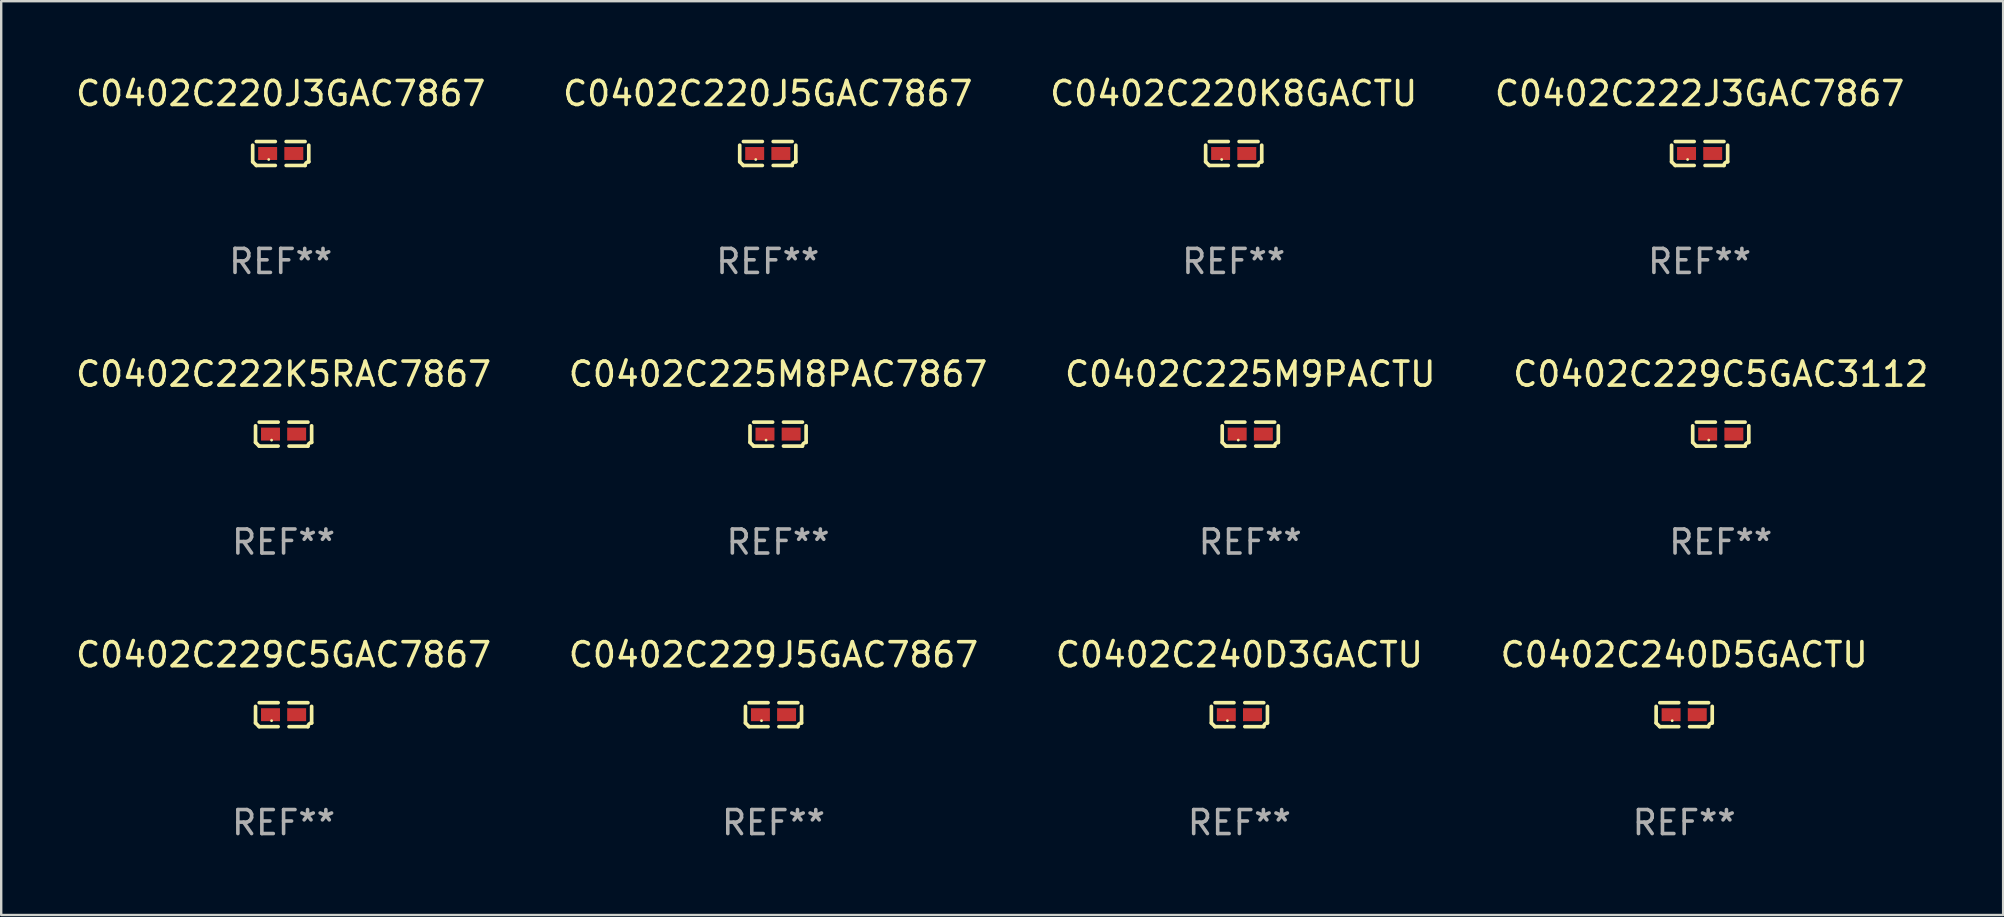
<source format=kicad_pcb>
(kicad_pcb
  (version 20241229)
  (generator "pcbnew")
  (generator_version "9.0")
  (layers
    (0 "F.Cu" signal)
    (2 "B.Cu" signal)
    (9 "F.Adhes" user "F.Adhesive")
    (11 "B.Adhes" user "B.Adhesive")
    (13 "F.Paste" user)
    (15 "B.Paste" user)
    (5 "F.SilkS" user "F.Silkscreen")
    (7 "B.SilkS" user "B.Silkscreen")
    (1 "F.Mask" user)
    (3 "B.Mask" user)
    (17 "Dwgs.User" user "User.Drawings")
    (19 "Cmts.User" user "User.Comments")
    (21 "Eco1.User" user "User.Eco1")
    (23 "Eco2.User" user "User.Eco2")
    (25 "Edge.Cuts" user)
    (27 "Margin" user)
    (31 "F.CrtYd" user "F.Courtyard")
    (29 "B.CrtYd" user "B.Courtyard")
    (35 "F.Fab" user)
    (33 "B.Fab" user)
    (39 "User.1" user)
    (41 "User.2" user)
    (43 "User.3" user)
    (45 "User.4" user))
  (footprint "C0402C222K5RAC7867"
    (layer "F.Cu")
    (at 8.768 15.041)
    (property "Reference" "C0402C222K5RAC7867" (at 0 -2.499 0) (layer "F.SilkS") (effects (font (size 1 1) (thickness 0.15))))
    (attr through_hole)
    (fp_line (start -1.169 0.346) (end -1.169 -0.346) (stroke (width 0.152) (type solid)) (layer "F.SilkS"))
    (fp_line (start -1.016 -0.499) (end -0.226 -0.499) (stroke (width 0.152) (type solid)) (layer "F.SilkS"))
    (fp_line (start -0.226 0.499) (end -1.016 0.499) (stroke (width 0.152) (type solid)) (layer "F.SilkS"))
    (fp_line (start 0.226 0.499) (end 1.016 0.499) (stroke (width 0.152) (type solid)) (layer "F.SilkS"))
    (fp_line (start 1.016 -0.499) (end 0.226 -0.499) (stroke (width 0.152) (type solid)) (layer "F.SilkS"))
    (fp_line (start 1.169 0.346) (end 1.169 -0.346) (stroke (width 0.152) (type solid)) (layer "F.SilkS"))
    (fp_arc (start -1.016307 0.498603) (mid -1.092512 0.422405) (end -1.16871 0.3462) (stroke (width 0.1524) (type solid)) (layer "F.SilkS"))
    (fp_arc (start 1.016307 0.498603) (mid 1.060899 0.390758) (end 1.168707 0.346076) (stroke (width 0.1524) (type solid)) (layer "F.SilkS"))
    (fp_circle (center -0.5 0.25) (end -0.47 0.25) (stroke (width 0.06) (type solid)) (fill no) (layer "F.SilkS"))
    (fp_text user "REF**" (at 0 4.499 0) (layer "F.Fab") (effects (font (size 1 1) (thickness 0.15))))
    (pad "1" smd rect (at -0.545 0) (size 0.79 0.54) (layers "F.Cu" "F.Mask" "F.Paste"))
    (pad "2" smd rect (at 0.545 0) (size 0.79 0.54) (layers "F.Cu" "F.Mask" "F.Paste")))
  (footprint "C0402C220J3GAC7867"
    (layer "F.Cu")
    (at 8.649 3.347)
    (property "Reference" "C0402C220J3GAC7867" (at 0 -2.499 0) (layer "F.SilkS") (effects (font (size 1 1) (thickness 0.15))))
    (attr through_hole)
    (fp_line (start -1.169 0.346) (end -1.169 -0.346) (stroke (width 0.152) (type solid)) (layer "F.SilkS"))
    (fp_line (start -1.016 -0.499) (end -0.226 -0.499) (stroke (width 0.152) (type solid)) (layer "F.SilkS"))
    (fp_line (start -0.226 0.499) (end -1.016 0.499) (stroke (width 0.152) (type solid)) (layer "F.SilkS"))
    (fp_line (start 0.226 0.499) (end 1.016 0.499) (stroke (width 0.152) (type solid)) (layer "F.SilkS"))
    (fp_line (start 1.016 -0.499) (end 0.226 -0.499) (stroke (width 0.152) (type solid)) (layer "F.SilkS"))
    (fp_line (start 1.169 0.346) (end 1.169 -0.346) (stroke (width 0.152) (type solid)) (layer "F.SilkS"))
    (fp_arc (start -1.016307 0.498603) (mid -1.092512 0.422405) (end -1.16871 0.3462) (stroke (width 0.1524) (type solid)) (layer "F.SilkS"))
    (fp_arc (start 1.016307 0.498603) (mid 1.060899 0.390758) (end 1.168707 0.346076) (stroke (width 0.1524) (type solid)) (layer "F.SilkS"))
    (fp_circle (center -0.5 0.25) (end -0.47 0.25) (stroke (width 0.06) (type solid)) (fill no) (layer "F.SilkS"))
    (fp_text user "REF**" (at 0 4.499 0) (layer "F.Fab") (effects (font (size 1 1) (thickness 0.15))))
    (pad "1" smd rect (at -0.545 0) (size 0.79 0.54) (layers "F.Cu" "F.Mask" "F.Paste"))
    (pad "2" smd rect (at 0.545 0) (size 0.79 0.54) (layers "F.Cu" "F.Mask" "F.Paste")))
  (footprint "C0402C222J3GAC7867"
    (layer "F.Cu")
    (at 67.78 3.347)
    (property "Reference" "C0402C222J3GAC7867" (at 0 -2.499 0) (layer "F.SilkS") (effects (font (size 1 1) (thickness 0.15))))
    (attr through_hole)
    (fp_line (start -1.169 0.346) (end -1.169 -0.346) (stroke (width 0.152) (type solid)) (layer "F.SilkS"))
    (fp_line (start -1.016 -0.499) (end -0.226 -0.499) (stroke (width 0.152) (type solid)) (layer "F.SilkS"))
    (fp_line (start -0.226 0.499) (end -1.016 0.499) (stroke (width 0.152) (type solid)) (layer "F.SilkS"))
    (fp_line (start 0.226 0.499) (end 1.016 0.499) (stroke (width 0.152) (type solid)) (layer "F.SilkS"))
    (fp_line (start 1.016 -0.499) (end 0.226 -0.499) (stroke (width 0.152) (type solid)) (layer "F.SilkS"))
    (fp_line (start 1.169 0.346) (end 1.169 -0.346) (stroke (width 0.152) (type solid)) (layer "F.SilkS"))
    (fp_arc (start -1.016307 0.498603) (mid -1.092512 0.422405) (end -1.16871 0.3462) (stroke (width 0.1524) (type solid)) (layer "F.SilkS"))
    (fp_arc (start 1.016307 0.498603) (mid 1.060899 0.390758) (end 1.168707 0.346076) (stroke (width 0.1524) (type solid)) (layer "F.SilkS"))
    (fp_circle (center -0.5 0.25) (end -0.47 0.25) (stroke (width 0.06) (type solid)) (fill no) (layer "F.SilkS"))
    (fp_text user "REF**" (at 0 4.499 0) (layer "F.Fab") (effects (font (size 1 1) (thickness 0.15))))
    (pad "1" smd rect (at -0.545 0) (size 0.79 0.54) (layers "F.Cu" "F.Mask" "F.Paste"))
    (pad "2" smd rect (at 0.545 0) (size 0.79 0.54) (layers "F.Cu" "F.Mask" "F.Paste")))
  (footprint "C0402C225M9PACTU"
    (layer "F.Cu")
    (at 49.054 15.041)
    (property "Reference" "C0402C225M9PACTU" (at 0 -2.499 0) (layer "F.SilkS") (effects (font (size 1 1) (thickness 0.15))))
    (attr through_hole)
    (fp_line (start -1.169 0.346) (end -1.169 -0.346) (stroke (width 0.152) (type solid)) (layer "F.SilkS"))
    (fp_line (start -1.016 -0.499) (end -0.226 -0.499) (stroke (width 0.152) (type solid)) (layer "F.SilkS"))
    (fp_line (start -0.226 0.499) (end -1.016 0.499) (stroke (width 0.152) (type solid)) (layer "F.SilkS"))
    (fp_line (start 0.226 0.499) (end 1.016 0.499) (stroke (width 0.152) (type solid)) (layer "F.SilkS"))
    (fp_line (start 1.016 -0.499) (end 0.226 -0.499) (stroke (width 0.152) (type solid)) (layer "F.SilkS"))
    (fp_line (start 1.169 0.346) (end 1.169 -0.346) (stroke (width 0.152) (type solid)) (layer "F.SilkS"))
    (fp_arc (start -1.016307 0.498603) (mid -1.092512 0.422405) (end -1.16871 0.3462) (stroke (width 0.1524) (type solid)) (layer "F.SilkS"))
    (fp_arc (start 1.016307 0.498603) (mid 1.060899 0.390758) (end 1.168707 0.346076) (stroke (width 0.1524) (type solid)) (layer "F.SilkS"))
    (fp_circle (center -0.5 0.25) (end -0.47 0.25) (stroke (width 0.06) (type solid)) (fill no) (layer "F.SilkS"))
    (fp_text user "REF**" (at 0 4.499 0) (layer "F.Fab") (effects (font (size 1 1) (thickness 0.15))))
    (pad "1" smd rect (at -0.545 0) (size 0.79 0.54) (layers "F.Cu" "F.Mask" "F.Paste"))
    (pad "2" smd rect (at 0.545 0) (size 0.79 0.54) (layers "F.Cu" "F.Mask" "F.Paste")))
  (footprint "C0402C229J5GAC7867"
    (layer "F.Cu")
    (at 29.185 26.734)
    (property "Reference" "C0402C229J5GAC7867" (at 0 -2.499 0) (layer "F.SilkS") (effects (font (size 1 1) (thickness 0.15))))
    (attr through_hole)
    (fp_line (start -1.169 0.346) (end -1.169 -0.346) (stroke (width 0.152) (type solid)) (layer "F.SilkS"))
    (fp_line (start -1.016 -0.499) (end -0.226 -0.499) (stroke (width 0.152) (type solid)) (layer "F.SilkS"))
    (fp_line (start -0.226 0.499) (end -1.016 0.499) (stroke (width 0.152) (type solid)) (layer "F.SilkS"))
    (fp_line (start 0.226 0.499) (end 1.016 0.499) (stroke (width 0.152) (type solid)) (layer "F.SilkS"))
    (fp_line (start 1.016 -0.499) (end 0.226 -0.499) (stroke (width 0.152) (type solid)) (layer "F.SilkS"))
    (fp_line (start 1.169 0.346) (end 1.169 -0.346) (stroke (width 0.152) (type solid)) (layer "F.SilkS"))
    (fp_arc (start -1.016307 0.498603) (mid -1.092512 0.422405) (end -1.16871 0.3462) (stroke (width 0.1524) (type solid)) (layer "F.SilkS"))
    (fp_arc (start 1.016307 0.498603) (mid 1.060899 0.390758) (end 1.168707 0.346076) (stroke (width 0.1524) (type solid)) (layer "F.SilkS"))
    (fp_circle (center -0.5 0.25) (end -0.47 0.25) (stroke (width 0.06) (type solid)) (fill no) (layer "F.SilkS"))
    (fp_text user "REF**" (at 0 4.499 0) (layer "F.Fab") (effects (font (size 1 1) (thickness 0.15))))
    (pad "1" smd rect (at -0.545 0) (size 0.79 0.54) (layers "F.Cu" "F.Mask" "F.Paste"))
    (pad "2" smd rect (at 0.545 0) (size 0.79 0.54) (layers "F.Cu" "F.Mask" "F.Paste")))
  (footprint "C0402C240D5GACTU"
    (layer "F.Cu")
    (at 67.137 26.734)
    (property "Reference" "C0402C240D5GACTU" (at 0 -2.499 0) (layer "F.SilkS") (effects (font (size 1 1) (thickness 0.15))))
    (attr through_hole)
    (fp_line (start -1.169 0.346) (end -1.169 -0.346) (stroke (width 0.152) (type solid)) (layer "F.SilkS"))
    (fp_line (start -1.016 -0.499) (end -0.226 -0.499) (stroke (width 0.152) (type solid)) (layer "F.SilkS"))
    (fp_line (start -0.226 0.499) (end -1.016 0.499) (stroke (width 0.152) (type solid)) (layer "F.SilkS"))
    (fp_line (start 0.226 0.499) (end 1.016 0.499) (stroke (width 0.152) (type solid)) (layer "F.SilkS"))
    (fp_line (start 1.016 -0.499) (end 0.226 -0.499) (stroke (width 0.152) (type solid)) (layer "F.SilkS"))
    (fp_line (start 1.169 0.346) (end 1.169 -0.346) (stroke (width 0.152) (type solid)) (layer "F.SilkS"))
    (fp_arc (start -1.016307 0.498603) (mid -1.092512 0.422405) (end -1.16871 0.3462) (stroke (width 0.1524) (type solid)) (layer "F.SilkS"))
    (fp_arc (start 1.016307 0.498603) (mid 1.060899 0.390758) (end 1.168707 0.346076) (stroke (width 0.1524) (type solid)) (layer "F.SilkS"))
    (fp_circle (center -0.5 0.25) (end -0.47 0.25) (stroke (width 0.06) (type solid)) (fill no) (layer "F.SilkS"))
    (fp_text user "REF**" (at 0 4.499 0) (layer "F.Fab") (effects (font (size 1 1) (thickness 0.15))))
    (pad "1" smd rect (at -0.545 0) (size 0.79 0.54) (layers "F.Cu" "F.Mask" "F.Paste"))
    (pad "2" smd rect (at 0.545 0) (size 0.79 0.54) (layers "F.Cu" "F.Mask" "F.Paste")))
  (footprint "C0402C240D3GACTU"
    (layer "F.Cu")
    (at 48.601 26.734)
    (property "Reference" "C0402C240D3GACTU" (at 0 -2.499 0) (layer "F.SilkS") (effects (font (size 1 1) (thickness 0.15))))
    (attr through_hole)
    (fp_line (start -1.169 0.346) (end -1.169 -0.346) (stroke (width 0.152) (type solid)) (layer "F.SilkS"))
    (fp_line (start -1.016 -0.499) (end -0.226 -0.499) (stroke (width 0.152) (type solid)) (layer "F.SilkS"))
    (fp_line (start -0.226 0.499) (end -1.016 0.499) (stroke (width 0.152) (type solid)) (layer "F.SilkS"))
    (fp_line (start 0.226 0.499) (end 1.016 0.499) (stroke (width 0.152) (type solid)) (layer "F.SilkS"))
    (fp_line (start 1.016 -0.499) (end 0.226 -0.499) (stroke (width 0.152) (type solid)) (layer "F.SilkS"))
    (fp_line (start 1.169 0.346) (end 1.169 -0.346) (stroke (width 0.152) (type solid)) (layer "F.SilkS"))
    (fp_arc (start -1.016307 0.498603) (mid -1.092512 0.422405) (end -1.16871 0.3462) (stroke (width 0.1524) (type solid)) (layer "F.SilkS"))
    (fp_arc (start 1.016307 0.498603) (mid 1.060899 0.390758) (end 1.168707 0.346076) (stroke (width 0.1524) (type solid)) (layer "F.SilkS"))
    (fp_circle (center -0.5 0.25) (end -0.47 0.25) (stroke (width 0.06) (type solid)) (fill no) (layer "F.SilkS"))
    (fp_text user "REF**" (at 0 4.499 0) (layer "F.Fab") (effects (font (size 1 1) (thickness 0.15))))
    (pad "1" smd rect (at -0.545 0) (size 0.79 0.54) (layers "F.Cu" "F.Mask" "F.Paste"))
    (pad "2" smd rect (at 0.545 0) (size 0.79 0.54) (layers "F.Cu" "F.Mask" "F.Paste")))
  (footprint "C0402C220K8GACTU"
    (layer "F.Cu")
    (at 48.363 3.347)
    (property "Reference" "C0402C220K8GACTU" (at 0 -2.499 0) (layer "F.SilkS") (effects (font (size 1 1) (thickness 0.15))))
    (attr through_hole)
    (fp_line (start -1.169 0.346) (end -1.169 -0.346) (stroke (width 0.152) (type solid)) (layer "F.SilkS"))
    (fp_line (start -1.016 -0.499) (end -0.226 -0.499) (stroke (width 0.152) (type solid)) (layer "F.SilkS"))
    (fp_line (start -0.226 0.499) (end -1.016 0.499) (stroke (width 0.152) (type solid)) (layer "F.SilkS"))
    (fp_line (start 0.226 0.499) (end 1.016 0.499) (stroke (width 0.152) (type solid)) (layer "F.SilkS"))
    (fp_line (start 1.016 -0.499) (end 0.226 -0.499) (stroke (width 0.152) (type solid)) (layer "F.SilkS"))
    (fp_line (start 1.169 0.346) (end 1.169 -0.346) (stroke (width 0.152) (type solid)) (layer "F.SilkS"))
    (fp_arc (start -1.016307 0.498603) (mid -1.092512 0.422405) (end -1.16871 0.3462) (stroke (width 0.1524) (type solid)) (layer "F.SilkS"))
    (fp_arc (start 1.016307 0.498603) (mid 1.060899 0.390758) (end 1.168707 0.346076) (stroke (width 0.1524) (type solid)) (layer "F.SilkS"))
    (fp_circle (center -0.5 0.25) (end -0.47 0.25) (stroke (width 0.06) (type solid)) (fill no) (layer "F.SilkS"))
    (fp_text user "REF**" (at 0 4.499 0) (layer "F.Fab") (effects (font (size 1 1) (thickness 0.15))))
    (pad "1" smd rect (at -0.545 0) (size 0.79 0.54) (layers "F.Cu" "F.Mask" "F.Paste"))
    (pad "2" smd rect (at 0.545 0) (size 0.79 0.54) (layers "F.Cu" "F.Mask" "F.Paste")))
  (footprint "C0402C220J5GAC7867"
    (layer "F.Cu")
    (at 28.946 3.347)
    (property "Reference" "C0402C220J5GAC7867" (at 0 -2.499 0) (layer "F.SilkS") (effects (font (size 1 1) (thickness 0.15))))
    (attr through_hole)
    (fp_line (start -1.169 0.346) (end -1.169 -0.346) (stroke (width 0.152) (type solid)) (layer "F.SilkS"))
    (fp_line (start -1.016 -0.499) (end -0.226 -0.499) (stroke (width 0.152) (type solid)) (layer "F.SilkS"))
    (fp_line (start -0.226 0.499) (end -1.016 0.499) (stroke (width 0.152) (type solid)) (layer "F.SilkS"))
    (fp_line (start 0.226 0.499) (end 1.016 0.499) (stroke (width 0.152) (type solid)) (layer "F.SilkS"))
    (fp_line (start 1.016 -0.499) (end 0.226 -0.499) (stroke (width 0.152) (type solid)) (layer "F.SilkS"))
    (fp_line (start 1.169 0.346) (end 1.169 -0.346) (stroke (width 0.152) (type solid)) (layer "F.SilkS"))
    (fp_arc (start -1.016307 0.498603) (mid -1.092512 0.422405) (end -1.16871 0.3462) (stroke (width 0.1524) (type solid)) (layer "F.SilkS"))
    (fp_arc (start 1.016307 0.498603) (mid 1.060899 0.390758) (end 1.168707 0.346076) (stroke (width 0.1524) (type solid)) (layer "F.SilkS"))
    (fp_circle (center -0.5 0.25) (end -0.47 0.25) (stroke (width 0.06) (type solid)) (fill no) (layer "F.SilkS"))
    (fp_text user "REF**" (at 0 4.499 0) (layer "F.Fab") (effects (font (size 1 1) (thickness 0.15))))
    (pad "1" smd rect (at -0.545 0) (size 0.79 0.54) (layers "F.Cu" "F.Mask" "F.Paste"))
    (pad "2" smd rect (at 0.545 0) (size 0.79 0.54) (layers "F.Cu" "F.Mask" "F.Paste")))
  (footprint "C0402C229C5GAC3112"
    (layer "F.Cu")
    (at 68.661 15.041)
    (property "Reference" "C0402C229C5GAC3112" (at 0 -2.499 0) (layer "F.SilkS") (effects (font (size 1 1) (thickness 0.15))))
    (attr through_hole)
    (fp_line (start -1.169 0.346) (end -1.169 -0.346) (stroke (width 0.152) (type solid)) (layer "F.SilkS"))
    (fp_line (start -1.016 -0.499) (end -0.226 -0.499) (stroke (width 0.152) (type solid)) (layer "F.SilkS"))
    (fp_line (start -0.226 0.499) (end -1.016 0.499) (stroke (width 0.152) (type solid)) (layer "F.SilkS"))
    (fp_line (start 0.226 0.499) (end 1.016 0.499) (stroke (width 0.152) (type solid)) (layer "F.SilkS"))
    (fp_line (start 1.016 -0.499) (end 0.226 -0.499) (stroke (width 0.152) (type solid)) (layer "F.SilkS"))
    (fp_line (start 1.169 0.346) (end 1.169 -0.346) (stroke (width 0.152) (type solid)) (layer "F.SilkS"))
    (fp_arc (start -1.016307 0.498603) (mid -1.092512 0.422405) (end -1.16871 0.3462) (stroke (width 0.1524) (type solid)) (layer "F.SilkS"))
    (fp_arc (start 1.016307 0.498603) (mid 1.060899 0.390758) (end 1.168707 0.346076) (stroke (width 0.1524) (type solid)) (layer "F.SilkS"))
    (fp_circle (center -0.5 0.25) (end -0.47 0.25) (stroke (width 0.06) (type solid)) (fill no) (layer "F.SilkS"))
    (fp_text user "REF**" (at 0 4.499 0) (layer "F.Fab") (effects (font (size 1 1) (thickness 0.15))))
    (pad "1" smd rect (at -0.545 0) (size 0.79 0.54) (layers "F.Cu" "F.Mask" "F.Paste"))
    (pad "2" smd rect (at 0.545 0) (size 0.79 0.54) (layers "F.Cu" "F.Mask" "F.Paste")))
  (footprint "C0402C229C5GAC7867"
    (layer "F.Cu")
    (at 8.768 26.734)
    (property "Reference" "C0402C229C5GAC7867" (at 0 -2.499 0) (layer "F.SilkS") (effects (font (size 1 1) (thickness 0.15))))
    (attr through_hole)
    (fp_line (start -1.169 0.346) (end -1.169 -0.346) (stroke (width 0.152) (type solid)) (layer "F.SilkS"))
    (fp_line (start -1.016 -0.499) (end -0.226 -0.499) (stroke (width 0.152) (type solid)) (layer "F.SilkS"))
    (fp_line (start -0.226 0.499) (end -1.016 0.499) (stroke (width 0.152) (type solid)) (layer "F.SilkS"))
    (fp_line (start 0.226 0.499) (end 1.016 0.499) (stroke (width 0.152) (type solid)) (layer "F.SilkS"))
    (fp_line (start 1.016 -0.499) (end 0.226 -0.499) (stroke (width 0.152) (type solid)) (layer "F.SilkS"))
    (fp_line (start 1.169 0.346) (end 1.169 -0.346) (stroke (width 0.152) (type solid)) (layer "F.SilkS"))
    (fp_arc (start -1.016307 0.498603) (mid -1.092512 0.422405) (end -1.16871 0.3462) (stroke (width 0.1524) (type solid)) (layer "F.SilkS"))
    (fp_arc (start 1.016307 0.498603) (mid 1.060899 0.390758) (end 1.168707 0.346076) (stroke (width 0.1524) (type solid)) (layer "F.SilkS"))
    (fp_circle (center -0.5 0.25) (end -0.47 0.25) (stroke (width 0.06) (type solid)) (fill no) (layer "F.SilkS"))
    (fp_text user "REF**" (at 0 4.499 0) (layer "F.Fab") (effects (font (size 1 1) (thickness 0.15))))
    (pad "1" smd rect (at -0.545 0) (size 0.79 0.54) (layers "F.Cu" "F.Mask" "F.Paste"))
    (pad "2" smd rect (at 0.545 0) (size 0.79 0.54) (layers "F.Cu" "F.Mask" "F.Paste")))
  (footprint "C0402C225M8PAC7867"
    (layer "F.Cu")
    (at 29.375 15.041)
    (property "Reference" "C0402C225M8PAC7867" (at 0 -2.499 0) (layer "F.SilkS") (effects (font (size 1 1) (thickness 0.15))))
    (attr through_hole)
    (fp_line (start -1.169 0.346) (end -1.169 -0.346) (stroke (width 0.152) (type solid)) (layer "F.SilkS"))
    (fp_line (start -1.016 -0.499) (end -0.226 -0.499) (stroke (width 0.152) (type solid)) (layer "F.SilkS"))
    (fp_line (start -0.226 0.499) (end -1.016 0.499) (stroke (width 0.152) (type solid)) (layer "F.SilkS"))
    (fp_line (start 0.226 0.499) (end 1.016 0.499) (stroke (width 0.152) (type solid)) (layer "F.SilkS"))
    (fp_line (start 1.016 -0.499) (end 0.226 -0.499) (stroke (width 0.152) (type solid)) (layer "F.SilkS"))
    (fp_line (start 1.169 0.346) (end 1.169 -0.346) (stroke (width 0.152) (type solid)) (layer "F.SilkS"))
    (fp_arc (start -1.016307 0.498603) (mid -1.092512 0.422405) (end -1.16871 0.3462) (stroke (width 0.1524) (type solid)) (layer "F.SilkS"))
    (fp_arc (start 1.016307 0.498603) (mid 1.060899 0.390758) (end 1.168707 0.346076) (stroke (width 0.1524) (type solid)) (layer "F.SilkS"))
    (fp_circle (center -0.5 0.25) (end -0.47 0.25) (stroke (width 0.06) (type solid)) (fill no) (layer "F.SilkS"))
    (fp_text user "REF**" (at 0 4.499 0) (layer "F.Fab") (effects (font (size 1 1) (thickness 0.15))))
    (pad "1" smd rect (at -0.545 0) (size 0.79 0.54) (layers "F.Cu" "F.Mask" "F.Paste"))
    (pad "2" smd rect (at 0.545 0) (size 0.79 0.54) (layers "F.Cu" "F.Mask" "F.Paste")))
  (gr_rect
    (start -3 -3)
    (end 80.429 35.081)
    (stroke (width 0.1) (type default))
    (fill no)
    (layer "Edge.Cuts")))
</source>
